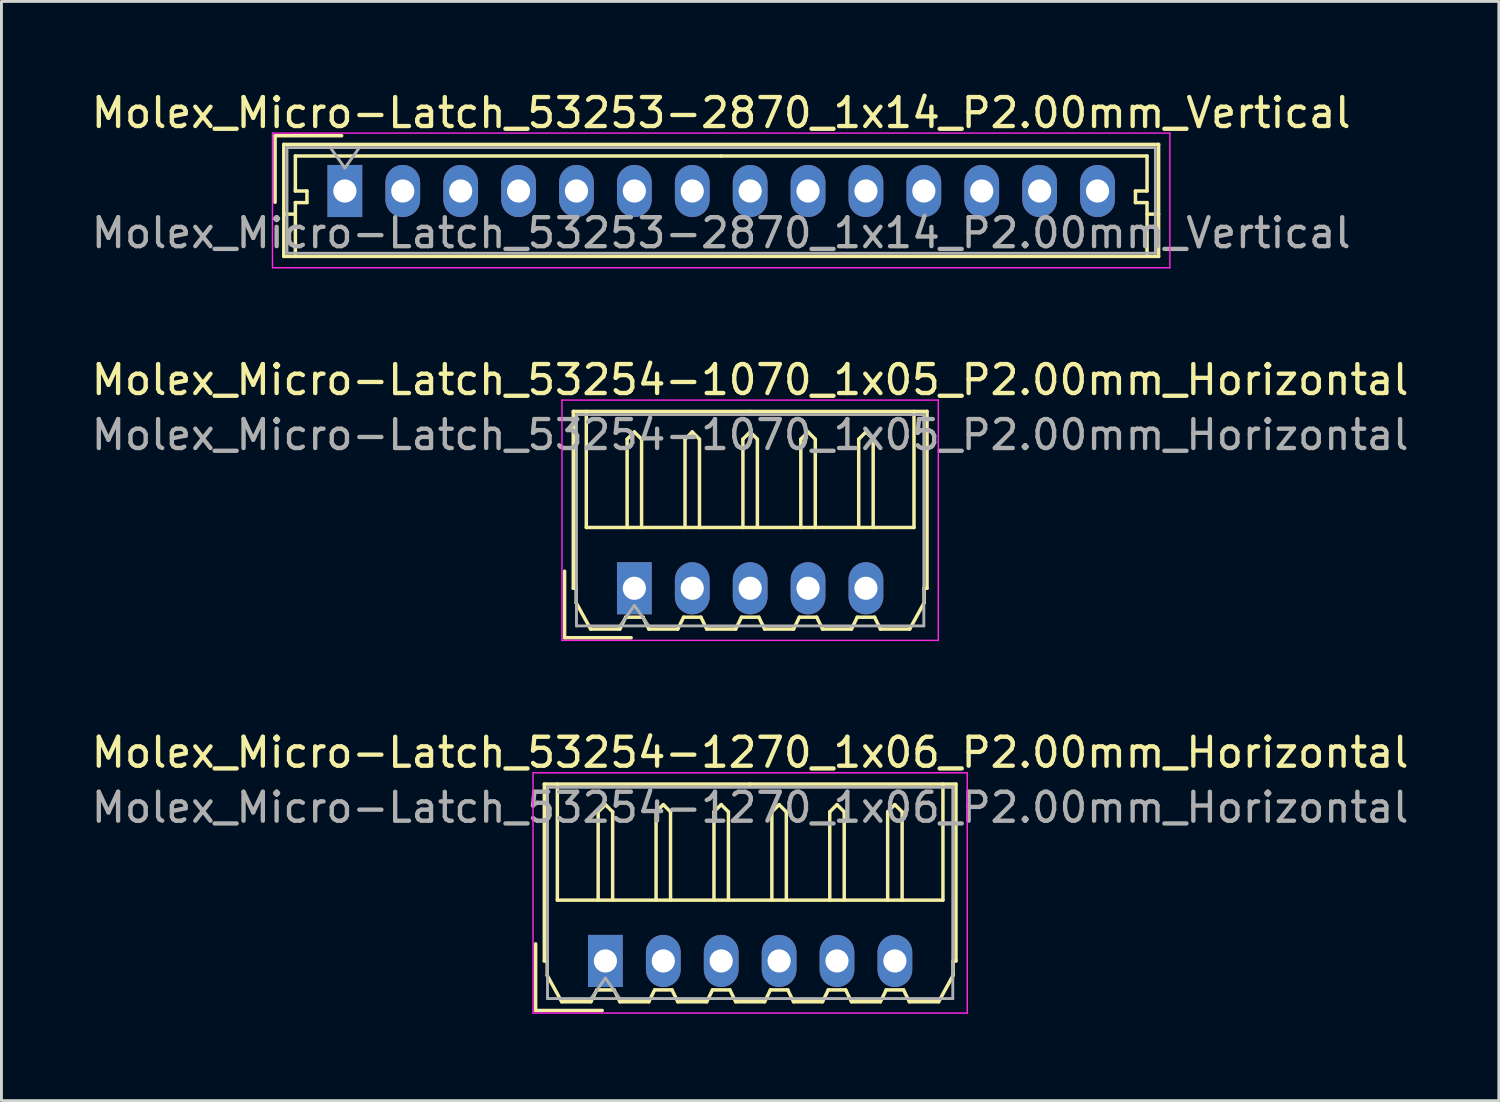
<source format=kicad_pcb>
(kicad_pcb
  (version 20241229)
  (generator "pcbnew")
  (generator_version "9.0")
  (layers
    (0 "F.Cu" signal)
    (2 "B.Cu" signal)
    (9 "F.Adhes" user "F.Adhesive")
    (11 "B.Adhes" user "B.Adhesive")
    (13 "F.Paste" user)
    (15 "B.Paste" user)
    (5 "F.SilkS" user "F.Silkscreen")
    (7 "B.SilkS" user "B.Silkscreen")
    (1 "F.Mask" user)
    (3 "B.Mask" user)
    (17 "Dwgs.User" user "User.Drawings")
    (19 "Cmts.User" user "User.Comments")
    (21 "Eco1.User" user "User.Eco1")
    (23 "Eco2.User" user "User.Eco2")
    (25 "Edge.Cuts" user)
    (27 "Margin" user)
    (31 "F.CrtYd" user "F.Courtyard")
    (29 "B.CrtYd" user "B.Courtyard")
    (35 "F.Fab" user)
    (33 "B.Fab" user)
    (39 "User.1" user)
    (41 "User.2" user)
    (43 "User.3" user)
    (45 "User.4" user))
  (footprint "Molex_Micro-Latch_53254-1070_1x05_P2.00mm_Horizontal"
    (layer "F.Cu")
    (at 18.863 17.271)
    (property "Reference" "Molex_Micro-Latch_53254-1070_1x05_P2.00mm_Horizontal" (at 4 -7.2 0) (layer "F.SilkS") (effects (font (size 1 1) (thickness 0.15))))
    (attr through_hole)
    (fp_line (start -2.41 1.71) (end -2.41 -0.59) (stroke (width 0.12) (type solid)) (layer "F.SilkS"))
    (fp_line (start -2.11 -6.11) (end 4 -6.11) (stroke (width 0.12) (type solid)) (layer "F.SilkS"))
    (fp_line (start -2.11 0) (end -2.11 -6.11) (stroke (width 0.12) (type solid)) (layer "F.SilkS"))
    (fp_line (start -2.01 0) (end -2.11 0) (stroke (width 0.12) (type solid)) (layer "F.SilkS"))
    (fp_line (start -2.01 0.5) (end -2.01 0) (stroke (width 0.12) (type solid)) (layer "F.SilkS"))
    (fp_line (start -1.66 -6.11) (end -1.66 -2.1) (stroke (width 0.12) (type solid)) (layer "F.SilkS"))
    (fp_line (start -1.66 -2.1) (end 9.66 -2.1) (stroke (width 0.12) (type solid)) (layer "F.SilkS"))
    (fp_line (start -1.51 1.41) (end -2.01 0.5) (stroke (width 0.12) (type solid)) (layer "F.SilkS"))
    (fp_line (start -0.5 1.41) (end -1.51 1.41) (stroke (width 0.12) (type solid)) (layer "F.SilkS"))
    (fp_line (start -0.3 1) (end -0.5 1.41) (stroke (width 0.12) (type solid)) (layer "F.SilkS"))
    (fp_line (start -0.3 1) (end 0.3 1) (stroke (width 0.12) (type solid)) (layer "F.SilkS"))
    (fp_line (start -0.25 -5.15) (end 0 -5.4) (stroke (width 0.12) (type solid)) (layer "F.SilkS"))
    (fp_line (start -0.25 -2.1) (end -0.25 -5.15) (stroke (width 0.12) (type solid)) (layer "F.SilkS"))
    (fp_line (start -0.11 1.71) (end -2.41 1.71) (stroke (width 0.12) (type solid)) (layer "F.SilkS"))
    (fp_line (start 0 -5.4) (end 0.25 -5.15) (stroke (width 0.12) (type solid)) (layer "F.SilkS"))
    (fp_line (start 0.25 -5.15) (end 0.25 -2.1) (stroke (width 0.12) (type solid)) (layer "F.SilkS"))
    (fp_line (start 0.3 1) (end 0.5 1.41) (stroke (width 0.12) (type solid)) (layer "F.SilkS"))
    (fp_line (start 0.5 1.41) (end 1.5 1.41) (stroke (width 0.12) (type solid)) (layer "F.SilkS"))
    (fp_line (start 1.5 1.41) (end 1.7 1) (stroke (width 0.12) (type solid)) (layer "F.SilkS"))
    (fp_line (start 1.7 1) (end 2.3 1) (stroke (width 0.12) (type solid)) (layer "F.SilkS"))
    (fp_line (start 1.75 -5.15) (end 2 -5.4) (stroke (width 0.12) (type solid)) (layer "F.SilkS"))
    (fp_line (start 1.75 -2.1) (end 1.75 -5.15) (stroke (width 0.12) (type solid)) (layer "F.SilkS"))
    (fp_line (start 2 -5.4) (end 2.25 -5.15) (stroke (width 0.12) (type solid)) (layer "F.SilkS"))
    (fp_line (start 2.25 -5.15) (end 2.25 -2.1) (stroke (width 0.12) (type solid)) (layer "F.SilkS"))
    (fp_line (start 2.3 1) (end 2.5 1.41) (stroke (width 0.12) (type solid)) (layer "F.SilkS"))
    (fp_line (start 2.5 1.41) (end 3.5 1.41) (stroke (width 0.12) (type solid)) (layer "F.SilkS"))
    (fp_line (start 3.5 1.41) (end 3.7 1) (stroke (width 0.12) (type solid)) (layer "F.SilkS"))
    (fp_line (start 3.7 1) (end 4.3 1) (stroke (width 0.12) (type solid)) (layer "F.SilkS"))
    (fp_line (start 3.75 -5.15) (end 4 -5.4) (stroke (width 0.12) (type solid)) (layer "F.SilkS"))
    (fp_line (start 3.75 -2.1) (end 3.75 -5.15) (stroke (width 0.12) (type solid)) (layer "F.SilkS"))
    (fp_line (start 4 -5.4) (end 4.25 -5.15) (stroke (width 0.12) (type solid)) (layer "F.SilkS"))
    (fp_line (start 4.25 -5.15) (end 4.25 -2.1) (stroke (width 0.12) (type solid)) (layer "F.SilkS"))
    (fp_line (start 4.3 1) (end 4.5 1.41) (stroke (width 0.12) (type solid)) (layer "F.SilkS"))
    (fp_line (start 4.5 1.41) (end 5.5 1.41) (stroke (width 0.12) (type solid)) (layer "F.SilkS"))
    (fp_line (start 5.5 1.41) (end 5.7 1) (stroke (width 0.12) (type solid)) (layer "F.SilkS"))
    (fp_line (start 5.7 1) (end 6.3 1) (stroke (width 0.12) (type solid)) (layer "F.SilkS"))
    (fp_line (start 5.75 -5.15) (end 6 -5.4) (stroke (width 0.12) (type solid)) (layer "F.SilkS"))
    (fp_line (start 5.75 -2.1) (end 5.75 -5.15) (stroke (width 0.12) (type solid)) (layer "F.SilkS"))
    (fp_line (start 6 -5.4) (end 6.25 -5.15) (stroke (width 0.12) (type solid)) (layer "F.SilkS"))
    (fp_line (start 6.25 -5.15) (end 6.25 -2.1) (stroke (width 0.12) (type solid)) (layer "F.SilkS"))
    (fp_line (start 6.3 1) (end 6.5 1.41) (stroke (width 0.12) (type solid)) (layer "F.SilkS"))
    (fp_line (start 6.5 1.41) (end 7.5 1.41) (stroke (width 0.12) (type solid)) (layer "F.SilkS"))
    (fp_line (start 7.5 1.41) (end 7.7 1) (stroke (width 0.12) (type solid)) (layer "F.SilkS"))
    (fp_line (start 7.7 1) (end 8.3 1) (stroke (width 0.12) (type solid)) (layer "F.SilkS"))
    (fp_line (start 7.75 -5.15) (end 8 -5.4) (stroke (width 0.12) (type solid)) (layer "F.SilkS"))
    (fp_line (start 7.75 -2.1) (end 7.75 -5.15) (stroke (width 0.12) (type solid)) (layer "F.SilkS"))
    (fp_line (start 8 -5.4) (end 8.25 -5.15) (stroke (width 0.12) (type solid)) (layer "F.SilkS"))
    (fp_line (start 8.25 -5.15) (end 8.25 -2.1) (stroke (width 0.12) (type solid)) (layer "F.SilkS"))
    (fp_line (start 8.3 1) (end 8.5 1.41) (stroke (width 0.12) (type solid)) (layer "F.SilkS"))
    (fp_line (start 8.5 1.41) (end 9.51 1.41) (stroke (width 0.12) (type solid)) (layer "F.SilkS"))
    (fp_line (start 9.51 1.41) (end 10.01 0.5) (stroke (width 0.12) (type solid)) (layer "F.SilkS"))
    (fp_line (start 9.66 -2.1) (end 9.66 -6.11) (stroke (width 0.12) (type solid)) (layer "F.SilkS"))
    (fp_line (start 10.01 0) (end 10.11 0) (stroke (width 0.12) (type solid)) (layer "F.SilkS"))
    (fp_line (start 10.01 0.5) (end 10.01 0) (stroke (width 0.12) (type solid)) (layer "F.SilkS"))
    (fp_line (start 10.11 -6.11) (end 4 -6.11) (stroke (width 0.12) (type solid)) (layer "F.SilkS"))
    (fp_line (start 10.11 0) (end 10.11 -6.11) (stroke (width 0.12) (type solid)) (layer "F.SilkS"))
    (fp_line (start -2.5 -6.5) (end -2.5 1.8) (stroke (width 0.05) (type solid)) (layer "F.CrtYd"))
    (fp_line (start -2.5 1.8) (end 10.5 1.8) (stroke (width 0.05) (type solid)) (layer "F.CrtYd"))
    (fp_line (start 10.5 -6.5) (end -2.5 -6.5) (stroke (width 0.05) (type solid)) (layer "F.CrtYd"))
    (fp_line (start 10.5 1.8) (end 10.5 -6.5) (stroke (width 0.05) (type solid)) (layer "F.CrtYd"))
    (fp_line (start -2 -6) (end -2 1.3) (stroke (width 0.1) (type solid)) (layer "F.Fab"))
    (fp_line (start -2 1.3) (end 10 1.3) (stroke (width 0.1) (type solid)) (layer "F.Fab"))
    (fp_line (start -0.5 1.3) (end 0 0.593) (stroke (width 0.1) (type solid)) (layer "F.Fab"))
    (fp_line (start 0 0.593) (end 0.5 1.3) (stroke (width 0.1) (type solid)) (layer "F.Fab"))
    (fp_line (start 10 -6) (end -2 -6) (stroke (width 0.1) (type solid)) (layer "F.Fab"))
    (fp_line (start 10 1.3) (end 10 -6) (stroke (width 0.1) (type solid)) (layer "F.Fab"))
    (fp_text user "${REFERENCE}" (at 4 -5.3 0) (layer "F.Fab") (effects (font (size 1 1) (thickness 0.15))))
    (pad "1" thru_hole rect (at 0 0) (size 1.2 1.8) (drill 0.8) (layers "*.Cu" "*.Mask"))
    (pad "2" thru_hole oval (at 2 0) (size 1.2 1.8) (drill 0.8) (layers "*.Cu" "*.Mask"))
    (pad "3" thru_hole oval (at 4 0) (size 1.2 1.8) (drill 0.8) (layers "*.Cu" "*.Mask"))
    (pad "4" thru_hole oval (at 6 0) (size 1.2 1.8) (drill 0.8) (layers "*.Cu" "*.Mask"))
    (pad "5" thru_hole oval (at 8 0) (size 1.2 1.8) (drill 0.8) (layers "*.Cu" "*.Mask")))
  (footprint "Molex_Micro-Latch_53253-2870_1x14_P2.00mm_Vertical"
    (layer "F.Cu")
    (at 8.863 3.548)
    (property "Reference" "Molex_Micro-Latch_53253-2870_1x14_P2.00mm_Vertical" (at 13 -2.7 0) (layer "F.SilkS") (effects (font (size 1 1) (thickness 0.15))))
    (attr through_hole)
    (fp_line (start -2.41 -1.91) (end -2.41 0.39) (stroke (width 0.12) (type solid)) (layer "F.SilkS"))
    (fp_line (start -2.11 -1.61) (end -2.11 2.26) (stroke (width 0.12) (type solid)) (layer "F.SilkS"))
    (fp_line (start -2.11 0.8) (end -1.71 0.8) (stroke (width 0.12) (type solid)) (layer "F.SilkS"))
    (fp_line (start -2.11 2.26) (end 28.11 2.26) (stroke (width 0.12) (type solid)) (layer "F.SilkS"))
    (fp_line (start -1.71 -1.21) (end -1.71 0) (stroke (width 0.12) (type solid)) (layer "F.SilkS"))
    (fp_line (start -1.71 0) (end -1.31 0) (stroke (width 0.12) (type solid)) (layer "F.SilkS"))
    (fp_line (start -1.71 0.4) (end -1.71 2.26) (stroke (width 0.12) (type solid)) (layer "F.SilkS"))
    (fp_line (start -1.31 0) (end -1.31 0.4) (stroke (width 0.12) (type solid)) (layer "F.SilkS"))
    (fp_line (start -1.31 0.4) (end -1.71 0.4) (stroke (width 0.12) (type solid)) (layer "F.SilkS"))
    (fp_line (start -0.11 -1.91) (end -2.41 -1.91) (stroke (width 0.12) (type solid)) (layer "F.SilkS"))
    (fp_line (start 13 -1.21) (end -1.71 -1.21) (stroke (width 0.12) (type solid)) (layer "F.SilkS"))
    (fp_line (start 13 -1.21) (end 27.71 -1.21) (stroke (width 0.12) (type solid)) (layer "F.SilkS"))
    (fp_line (start 27.31 0) (end 27.31 0.4) (stroke (width 0.12) (type solid)) (layer "F.SilkS"))
    (fp_line (start 27.31 0.4) (end 27.71 0.4) (stroke (width 0.12) (type solid)) (layer "F.SilkS"))
    (fp_line (start 27.71 -1.21) (end 27.71 0) (stroke (width 0.12) (type solid)) (layer "F.SilkS"))
    (fp_line (start 27.71 0) (end 27.31 0) (stroke (width 0.12) (type solid)) (layer "F.SilkS"))
    (fp_line (start 27.71 0.4) (end 27.71 2.26) (stroke (width 0.12) (type solid)) (layer "F.SilkS"))
    (fp_line (start 28.11 -1.61) (end -2.11 -1.61) (stroke (width 0.12) (type solid)) (layer "F.SilkS"))
    (fp_line (start 28.11 0.8) (end 27.71 0.8) (stroke (width 0.12) (type solid)) (layer "F.SilkS"))
    (fp_line (start 28.11 2.26) (end 28.11 -1.61) (stroke (width 0.12) (type solid)) (layer "F.SilkS"))
    (fp_line (start -2.5 -2) (end -2.5 2.65) (stroke (width 0.05) (type solid)) (layer "F.CrtYd"))
    (fp_line (start -2.5 2.65) (end 28.5 2.65) (stroke (width 0.05) (type solid)) (layer "F.CrtYd"))
    (fp_line (start 28.5 -2) (end -2.5 -2) (stroke (width 0.05) (type solid)) (layer "F.CrtYd"))
    (fp_line (start 28.5 2.65) (end 28.5 -2) (stroke (width 0.05) (type solid)) (layer "F.CrtYd"))
    (fp_line (start -2 -1.5) (end -2 2.15) (stroke (width 0.1) (type solid)) (layer "F.Fab"))
    (fp_line (start -2 2.15) (end 28 2.15) (stroke (width 0.1) (type solid)) (layer "F.Fab"))
    (fp_line (start -0.5 -1.5) (end 0 -0.793) (stroke (width 0.1) (type solid)) (layer "F.Fab"))
    (fp_line (start 0 -0.793) (end 0.5 -1.5) (stroke (width 0.1) (type solid)) (layer "F.Fab"))
    (fp_line (start 28 -1.5) (end -2 -1.5) (stroke (width 0.1) (type solid)) (layer "F.Fab"))
    (fp_line (start 28 2.15) (end 28 -1.5) (stroke (width 0.1) (type solid)) (layer "F.Fab"))
    (fp_text user "${REFERENCE}" (at 13 1.45 0) (layer "F.Fab") (effects (font (size 1 1) (thickness 0.15))))
    (pad "1" thru_hole rect (at 0 0) (size 1.2 1.8) (drill 0.8) (layers "*.Cu" "*.Mask"))
    (pad "2" thru_hole oval (at 2 0) (size 1.2 1.8) (drill 0.8) (layers "*.Cu" "*.Mask"))
    (pad "3" thru_hole oval (at 4 0) (size 1.2 1.8) (drill 0.8) (layers "*.Cu" "*.Mask"))
    (pad "4" thru_hole oval (at 6 0) (size 1.2 1.8) (drill 0.8) (layers "*.Cu" "*.Mask"))
    (pad "5" thru_hole oval (at 8 0) (size 1.2 1.8) (drill 0.8) (layers "*.Cu" "*.Mask"))
    (pad "6" thru_hole oval (at 10 0) (size 1.2 1.8) (drill 0.8) (layers "*.Cu" "*.Mask"))
    (pad "7" thru_hole oval (at 12 0) (size 1.2 1.8) (drill 0.8) (layers "*.Cu" "*.Mask"))
    (pad "8" thru_hole oval (at 14 0) (size 1.2 1.8) (drill 0.8) (layers "*.Cu" "*.Mask"))
    (pad "9" thru_hole oval (at 16 0) (size 1.2 1.8) (drill 0.8) (layers "*.Cu" "*.Mask"))
    (pad "10" thru_hole oval (at 18 0) (size 1.2 1.8) (drill 0.8) (layers "*.Cu" "*.Mask"))
    (pad "11" thru_hole oval (at 20 0) (size 1.2 1.8) (drill 0.8) (layers "*.Cu" "*.Mask"))
    (pad "12" thru_hole oval (at 22 0) (size 1.2 1.8) (drill 0.8) (layers "*.Cu" "*.Mask"))
    (pad "13" thru_hole oval (at 24 0) (size 1.2 1.8) (drill 0.8) (layers "*.Cu" "*.Mask"))
    (pad "14" thru_hole oval (at 26 0) (size 1.2 1.8) (drill 0.8) (layers "*.Cu" "*.Mask")))
  (footprint "Molex_Micro-Latch_53254-1270_1x06_P2.00mm_Horizontal"
    (layer "F.Cu")
    (at 17.863 30.145)
    (property "Reference" "Molex_Micro-Latch_53254-1270_1x06_P2.00mm_Horizontal" (at 5 -7.2 0) (layer "F.SilkS") (effects (font (size 1 1) (thickness 0.15))))
    (attr through_hole)
    (fp_line (start -2.41 1.71) (end -2.41 -0.59) (stroke (width 0.12) (type solid)) (layer "F.SilkS"))
    (fp_line (start -2.11 -6.11) (end 5 -6.11) (stroke (width 0.12) (type solid)) (layer "F.SilkS"))
    (fp_line (start -2.11 0) (end -2.11 -6.11) (stroke (width 0.12) (type solid)) (layer "F.SilkS"))
    (fp_line (start -2.01 0) (end -2.11 0) (stroke (width 0.12) (type solid)) (layer "F.SilkS"))
    (fp_line (start -2.01 0.5) (end -2.01 0) (stroke (width 0.12) (type solid)) (layer "F.SilkS"))
    (fp_line (start -1.66 -6.11) (end -1.66 -2.1) (stroke (width 0.12) (type solid)) (layer "F.SilkS"))
    (fp_line (start -1.66 -2.1) (end 11.66 -2.1) (stroke (width 0.12) (type solid)) (layer "F.SilkS"))
    (fp_line (start -1.51 1.41) (end -2.01 0.5) (stroke (width 0.12) (type solid)) (layer "F.SilkS"))
    (fp_line (start -0.5 1.41) (end -1.51 1.41) (stroke (width 0.12) (type solid)) (layer "F.SilkS"))
    (fp_line (start -0.3 1) (end -0.5 1.41) (stroke (width 0.12) (type solid)) (layer "F.SilkS"))
    (fp_line (start -0.3 1) (end 0.3 1) (stroke (width 0.12) (type solid)) (layer "F.SilkS"))
    (fp_line (start -0.25 -5.15) (end 0 -5.4) (stroke (width 0.12) (type solid)) (layer "F.SilkS"))
    (fp_line (start -0.25 -2.1) (end -0.25 -5.15) (stroke (width 0.12) (type solid)) (layer "F.SilkS"))
    (fp_line (start -0.11 1.71) (end -2.41 1.71) (stroke (width 0.12) (type solid)) (layer "F.SilkS"))
    (fp_line (start 0 -5.4) (end 0.25 -5.15) (stroke (width 0.12) (type solid)) (layer "F.SilkS"))
    (fp_line (start 0.25 -5.15) (end 0.25 -2.1) (stroke (width 0.12) (type solid)) (layer "F.SilkS"))
    (fp_line (start 0.3 1) (end 0.5 1.41) (stroke (width 0.12) (type solid)) (layer "F.SilkS"))
    (fp_line (start 0.5 1.41) (end 1.5 1.41) (stroke (width 0.12) (type solid)) (layer "F.SilkS"))
    (fp_line (start 1.5 1.41) (end 1.7 1) (stroke (width 0.12) (type solid)) (layer "F.SilkS"))
    (fp_line (start 1.7 1) (end 2.3 1) (stroke (width 0.12) (type solid)) (layer "F.SilkS"))
    (fp_line (start 1.75 -5.15) (end 2 -5.4) (stroke (width 0.12) (type solid)) (layer "F.SilkS"))
    (fp_line (start 1.75 -2.1) (end 1.75 -5.15) (stroke (width 0.12) (type solid)) (layer "F.SilkS"))
    (fp_line (start 2 -5.4) (end 2.25 -5.15) (stroke (width 0.12) (type solid)) (layer "F.SilkS"))
    (fp_line (start 2.25 -5.15) (end 2.25 -2.1) (stroke (width 0.12) (type solid)) (layer "F.SilkS"))
    (fp_line (start 2.3 1) (end 2.5 1.41) (stroke (width 0.12) (type solid)) (layer "F.SilkS"))
    (fp_line (start 2.5 1.41) (end 3.5 1.41) (stroke (width 0.12) (type solid)) (layer "F.SilkS"))
    (fp_line (start 3.5 1.41) (end 3.7 1) (stroke (width 0.12) (type solid)) (layer "F.SilkS"))
    (fp_line (start 3.7 1) (end 4.3 1) (stroke (width 0.12) (type solid)) (layer "F.SilkS"))
    (fp_line (start 3.75 -5.15) (end 4 -5.4) (stroke (width 0.12) (type solid)) (layer "F.SilkS"))
    (fp_line (start 3.75 -2.1) (end 3.75 -5.15) (stroke (width 0.12) (type solid)) (layer "F.SilkS"))
    (fp_line (start 4 -5.4) (end 4.25 -5.15) (stroke (width 0.12) (type solid)) (layer "F.SilkS"))
    (fp_line (start 4.25 -5.15) (end 4.25 -2.1) (stroke (width 0.12) (type solid)) (layer "F.SilkS"))
    (fp_line (start 4.3 1) (end 4.5 1.41) (stroke (width 0.12) (type solid)) (layer "F.SilkS"))
    (fp_line (start 4.5 1.41) (end 5.5 1.41) (stroke (width 0.12) (type solid)) (layer "F.SilkS"))
    (fp_line (start 5.5 1.41) (end 5.7 1) (stroke (width 0.12) (type solid)) (layer "F.SilkS"))
    (fp_line (start 5.7 1) (end 6.3 1) (stroke (width 0.12) (type solid)) (layer "F.SilkS"))
    (fp_line (start 5.75 -5.15) (end 6 -5.4) (stroke (width 0.12) (type solid)) (layer "F.SilkS"))
    (fp_line (start 5.75 -2.1) (end 5.75 -5.15) (stroke (width 0.12) (type solid)) (layer "F.SilkS"))
    (fp_line (start 6 -5.4) (end 6.25 -5.15) (stroke (width 0.12) (type solid)) (layer "F.SilkS"))
    (fp_line (start 6.25 -5.15) (end 6.25 -2.1) (stroke (width 0.12) (type solid)) (layer "F.SilkS"))
    (fp_line (start 6.3 1) (end 6.5 1.41) (stroke (width 0.12) (type solid)) (layer "F.SilkS"))
    (fp_line (start 6.5 1.41) (end 7.5 1.41) (stroke (width 0.12) (type solid)) (layer "F.SilkS"))
    (fp_line (start 7.5 1.41) (end 7.7 1) (stroke (width 0.12) (type solid)) (layer "F.SilkS"))
    (fp_line (start 7.7 1) (end 8.3 1) (stroke (width 0.12) (type solid)) (layer "F.SilkS"))
    (fp_line (start 7.75 -5.15) (end 8 -5.4) (stroke (width 0.12) (type solid)) (layer "F.SilkS"))
    (fp_line (start 7.75 -2.1) (end 7.75 -5.15) (stroke (width 0.12) (type solid)) (layer "F.SilkS"))
    (fp_line (start 8 -5.4) (end 8.25 -5.15) (stroke (width 0.12) (type solid)) (layer "F.SilkS"))
    (fp_line (start 8.25 -5.15) (end 8.25 -2.1) (stroke (width 0.12) (type solid)) (layer "F.SilkS"))
    (fp_line (start 8.3 1) (end 8.5 1.41) (stroke (width 0.12) (type solid)) (layer "F.SilkS"))
    (fp_line (start 8.5 1.41) (end 9.5 1.41) (stroke (width 0.12) (type solid)) (layer "F.SilkS"))
    (fp_line (start 9.5 1.41) (end 9.7 1) (stroke (width 0.12) (type solid)) (layer "F.SilkS"))
    (fp_line (start 9.7 1) (end 10.3 1) (stroke (width 0.12) (type solid)) (layer "F.SilkS"))
    (fp_line (start 9.75 -5.15) (end 10 -5.4) (stroke (width 0.12) (type solid)) (layer "F.SilkS"))
    (fp_line (start 9.75 -2.1) (end 9.75 -5.15) (stroke (width 0.12) (type solid)) (layer "F.SilkS"))
    (fp_line (start 10 -5.4) (end 10.25 -5.15) (stroke (width 0.12) (type solid)) (layer "F.SilkS"))
    (fp_line (start 10.25 -5.15) (end 10.25 -2.1) (stroke (width 0.12) (type solid)) (layer "F.SilkS"))
    (fp_line (start 10.3 1) (end 10.5 1.41) (stroke (width 0.12) (type solid)) (layer "F.SilkS"))
    (fp_line (start 10.5 1.41) (end 11.51 1.41) (stroke (width 0.12) (type solid)) (layer "F.SilkS"))
    (fp_line (start 11.51 1.41) (end 12.01 0.5) (stroke (width 0.12) (type solid)) (layer "F.SilkS"))
    (fp_line (start 11.66 -2.1) (end 11.66 -6.11) (stroke (width 0.12) (type solid)) (layer "F.SilkS"))
    (fp_line (start 12.01 0) (end 12.11 0) (stroke (width 0.12) (type solid)) (layer "F.SilkS"))
    (fp_line (start 12.01 0.5) (end 12.01 0) (stroke (width 0.12) (type solid)) (layer "F.SilkS"))
    (fp_line (start 12.11 -6.11) (end 5 -6.11) (stroke (width 0.12) (type solid)) (layer "F.SilkS"))
    (fp_line (start 12.11 0) (end 12.11 -6.11) (stroke (width 0.12) (type solid)) (layer "F.SilkS"))
    (fp_line (start -2.5 -6.5) (end -2.5 1.8) (stroke (width 0.05) (type solid)) (layer "F.CrtYd"))
    (fp_line (start -2.5 1.8) (end 12.5 1.8) (stroke (width 0.05) (type solid)) (layer "F.CrtYd"))
    (fp_line (start 12.5 -6.5) (end -2.5 -6.5) (stroke (width 0.05) (type solid)) (layer "F.CrtYd"))
    (fp_line (start 12.5 1.8) (end 12.5 -6.5) (stroke (width 0.05) (type solid)) (layer "F.CrtYd"))
    (fp_line (start -2 -6) (end -2 1.3) (stroke (width 0.1) (type solid)) (layer "F.Fab"))
    (fp_line (start -2 1.3) (end 12 1.3) (stroke (width 0.1) (type solid)) (layer "F.Fab"))
    (fp_line (start -0.5 1.3) (end 0 0.593) (stroke (width 0.1) (type solid)) (layer "F.Fab"))
    (fp_line (start 0 0.593) (end 0.5 1.3) (stroke (width 0.1) (type solid)) (layer "F.Fab"))
    (fp_line (start 12 -6) (end -2 -6) (stroke (width 0.1) (type solid)) (layer "F.Fab"))
    (fp_line (start 12 1.3) (end 12 -6) (stroke (width 0.1) (type solid)) (layer "F.Fab"))
    (fp_text user "${REFERENCE}" (at 5 -5.3 0) (layer "F.Fab") (effects (font (size 1 1) (thickness 0.15))))
    (pad "1" thru_hole rect (at 0 0) (size 1.2 1.8) (drill 0.8) (layers "*.Cu" "*.Mask"))
    (pad "2" thru_hole oval (at 2 0) (size 1.2 1.8) (drill 0.8) (layers "*.Cu" "*.Mask"))
    (pad "3" thru_hole oval (at 4 0) (size 1.2 1.8) (drill 0.8) (layers "*.Cu" "*.Mask"))
    (pad "4" thru_hole oval (at 6 0) (size 1.2 1.8) (drill 0.8) (layers "*.Cu" "*.Mask"))
    (pad "5" thru_hole oval (at 8 0) (size 1.2 1.8) (drill 0.8) (layers "*.Cu" "*.Mask"))
    (pad "6" thru_hole oval (at 10 0) (size 1.2 1.8) (drill 0.8) (layers "*.Cu" "*.Mask")))
  (gr_rect
    (start -3 -3)
    (end 48.726 34.97)
    (stroke (width 0.1) (type default))
    (fill no)
    (layer "Edge.Cuts")))
</source>
